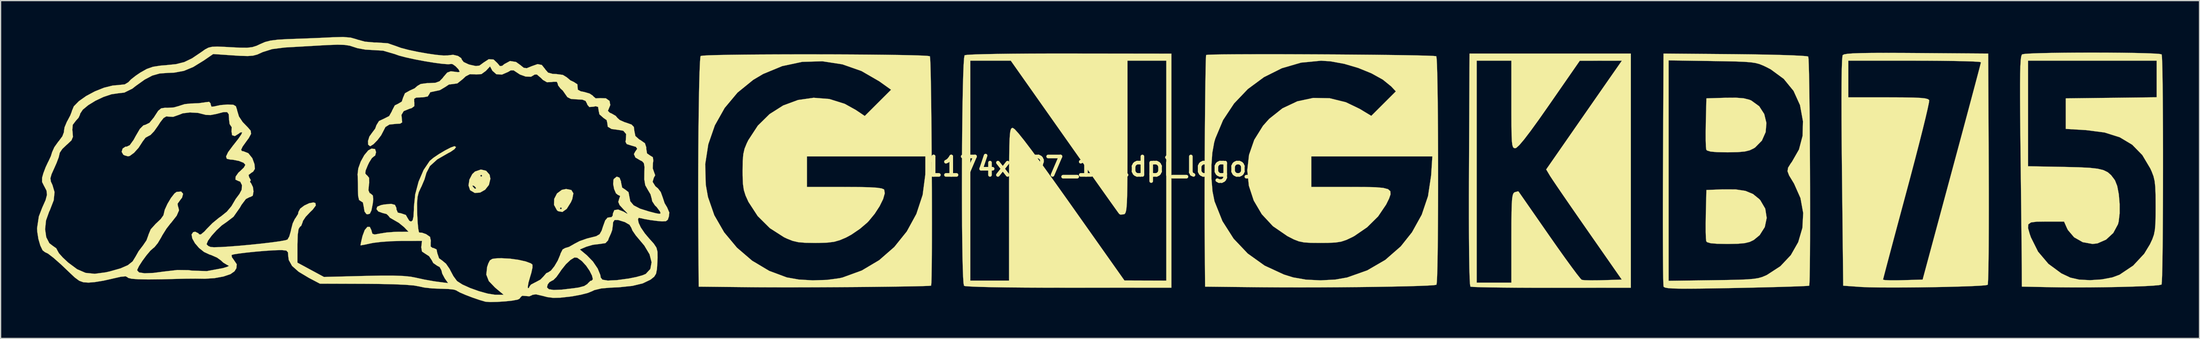
<source format=kicad_pcb>
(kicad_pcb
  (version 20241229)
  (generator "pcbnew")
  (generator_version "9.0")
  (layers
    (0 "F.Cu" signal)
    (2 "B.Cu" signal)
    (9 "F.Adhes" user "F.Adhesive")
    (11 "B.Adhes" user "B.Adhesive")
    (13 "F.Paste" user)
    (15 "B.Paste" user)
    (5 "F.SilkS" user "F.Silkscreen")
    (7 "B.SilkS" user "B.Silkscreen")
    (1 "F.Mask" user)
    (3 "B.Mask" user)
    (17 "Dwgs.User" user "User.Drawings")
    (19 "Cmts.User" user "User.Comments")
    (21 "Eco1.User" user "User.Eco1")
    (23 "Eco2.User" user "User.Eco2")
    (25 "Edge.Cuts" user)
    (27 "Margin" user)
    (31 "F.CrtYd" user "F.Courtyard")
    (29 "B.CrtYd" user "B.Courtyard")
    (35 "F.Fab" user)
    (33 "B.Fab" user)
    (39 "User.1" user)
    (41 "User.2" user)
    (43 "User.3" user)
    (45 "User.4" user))
  (footprint "1174x227_151dpi_logo_neg"
    (layer "F.Cu")
    (at 88.989 10.71)
    (property "Reference" "1174x227_151dpi_logo_neg" (at 0 0 0) (layer "F.SilkS") (effects (font (size 1.524 1.524) (thickness 0.3))))
    (attr through_hole)
    (fp_poly (pts (xy -44.972 1.937) (xy -44.805 2.209) (xy -44.896 2.683) (xy -45.005 2.938) (xy -45.354 3.496) (xy -45.714 3.75) (xy -46.063 3.687) (xy -46.162 3.604) (xy -46.247 3.448) (xy -45.922 3.448) (xy -45.838 3.532) (xy -45.754 3.448) (xy -45.838 3.364) (xy -45.922 3.448) (xy -46.247 3.448) (xy -46.402 3.162) (xy -46.385 2.668) (xy -46.155 2.22) (xy -45.754 1.92) (xy -45.402 1.85) (xy -44.972 1.937)) (stroke (width 0.01) (type solid)) (fill yes) (layer "F.SilkS"))
    (fp_poly (pts (xy 50.935 1.886) (xy 51.742 2.007) (xy 52.367 2.266) (xy 52.879 2.683) (xy 52.971 2.783) (xy 53.378 3.478) (xy 53.497 4.242) (xy 53.339 4.997) (xy 52.918 5.663) (xy 52.432 6.062) (xy 52.1 6.224) (xy 51.692 6.324) (xy 51.123 6.376) (xy 50.309 6.391) (xy 50.248 6.391) (xy 49.414 6.377) (xy 48.875 6.331) (xy 48.588 6.246) (xy 48.518 6.172) (xy 48.489 5.925) (xy 48.472 5.416) (xy 48.47 4.722) (xy 48.481 3.943) (xy 48.529 1.934) (xy 49.875 1.882) (xy 50.935 1.886)) (stroke (width 0.01) (type solid)) (fill yes) (layer "F.SilkS"))
    (fp_poly (pts (xy 51.596 -5.641) (xy 52.061 -5.526) (xy 52.23 -5.455) (xy 52.88 -4.982) (xy 53.295 -4.339) (xy 53.473 -3.601) (xy 53.41 -2.845) (xy 53.101 -2.146) (xy 52.543 -1.579) (xy 52.432 -1.507) (xy 52.1 -1.345) (xy 51.692 -1.245) (xy 51.123 -1.194) (xy 50.309 -1.178) (xy 50.248 -1.178) (xy 49.414 -1.192) (xy 48.875 -1.239) (xy 48.588 -1.324) (xy 48.518 -1.398) (xy 48.489 -1.645) (xy 48.472 -2.153) (xy 48.47 -2.848) (xy 48.481 -3.626) (xy 48.529 -5.635) (xy 50.088 -5.684) (xy 50.966 -5.69) (xy 51.596 -5.641)) (stroke (width 0.01) (type solid)) (fill yes) (layer "F.SilkS"))
    (fp_poly (pts (xy -51.994 0.345) (xy -51.707 0.672) (xy -51.641 1.005) (xy -51.763 1.516) (xy -52.075 1.913) (xy -52.491 2.149) (xy -52.93 2.178) (xy -53.307 1.954) (xy -53.317 1.941) (xy -53.442 1.562) (xy -53.128 1.562) (xy -53.087 1.656) (xy -52.918 1.837) (xy -52.82 1.8) (xy -52.819 1.776) (xy -52.938 1.634) (xy -53.013 1.582) (xy -53.128 1.562) (xy -53.442 1.562) (xy -53.444 1.557) (xy -53.37 1.07) (xy -53.206 0.757) (xy -52.482 0.757) (xy -52.398 0.841) (xy -52.314 0.757) (xy -52.398 0.673) (xy -52.482 0.757) (xy -53.206 0.757) (xy -53.133 0.619) (xy -52.911 0.41) (xy -52.425 0.243) (xy -51.994 0.345)) (stroke (width 0.01) (type solid)) (fill yes) (layer "F.SilkS"))
    (fp_poly (pts (xy -61.143 -1.452) (xy -61.061 -1.193) (xy -61.061 -1.189) (xy -61.133 -0.91) (xy -61.237 -0.841) (xy -61.405 -0.701) (xy -61.627 -0.346) (xy -61.733 -0.128) (xy -61.916 0.318) (xy -61.951 0.562) (xy -61.845 0.699) (xy -61.797 0.728) (xy -61.633 0.931) (xy -61.622 1.322) (xy -61.648 1.507) (xy -61.688 1.958) (xy -61.592 2.186) (xy -61.49 2.244) (xy -61.327 2.386) (xy -61.29 2.692) (xy -61.332 3.066) (xy -61.44 3.619) (xy -61.572 3.893) (xy -61.763 3.945) (xy -61.86 3.918) (xy -62.011 3.712) (xy -62.07 3.35) (xy -62.144 2.966) (xy -62.311 2.86) (xy -62.461 2.761) (xy -62.535 2.429) (xy -62.55 1.976) (xy -62.556 1.369) (xy -62.572 0.828) (xy -62.583 0.637) (xy -62.524 0.145) (xy -62.322 -0.416) (xy -62.031 -0.943) (xy -61.707 -1.334) (xy -61.439 -1.484) (xy -61.143 -1.452)) (stroke (width 0.01) (type solid)) (fill yes) (layer "F.SilkS"))
    (fp_poly (pts (xy 42.305 10.009) (xy 35.779 10.013) (xy 34.326 10.012) (xy 32.978 10.006) (xy 31.771 9.995) (xy 30.743 9.982) (xy 29.932 9.965) (xy 29.374 9.945) (xy 29.107 9.923) (xy 29.091 9.918) (xy 29.056 9.729) (xy 29.026 9.219) (xy 29.002 8.401) (xy 28.984 7.291) (xy 28.972 5.903) (xy 28.966 4.253) (xy 28.966 2.354) (xy 28.973 0.242) (xy 29.014 -8.747) (xy 29.605 -8.747) (xy 29.605 9.588) (xy 32.465 9.588) (xy 32.465 5.905) (xy 32.467 4.689) (xy 32.476 3.767) (xy 32.496 3.099) (xy 32.527 2.641) (xy 32.575 2.354) (xy 32.642 2.194) (xy 32.731 2.121) (xy 32.741 2.117) (xy 32.993 2.048) (xy 33.052 2.057) (xy 33.153 2.202) (xy 33.42 2.586) (xy 33.827 3.173) (xy 34.35 3.926) (xy 34.961 4.807) (xy 35.574 5.691) (xy 36.253 6.662) (xy 36.876 7.539) (xy 37.417 8.284) (xy 37.847 8.861) (xy 38.14 9.231) (xy 38.262 9.357) (xy 38.51 9.386) (xy 39.007 9.398) (xy 39.665 9.393) (xy 40.01 9.385) (xy 41.558 9.336) (xy 38.749 5.299) (xy 38.017 4.244) (xy 37.335 3.257) (xy 36.73 2.377) (xy 36.23 1.644) (xy 35.863 1.099) (xy 35.655 0.781) (xy 35.635 0.749) (xy 35.331 0.236) (xy 37.366 -2.7) (xy 38.058 -3.699) (xy 38.767 -4.72) (xy 39.44 -5.69) (xy 40.025 -6.533) (xy 40.472 -7.177) (xy 40.482 -7.191) (xy 41.565 -8.747) (xy 38.1 -8.742) (xy 35.599 -5.128) (xy 34.739 -3.898) (xy 34.046 -2.939) (xy 33.511 -2.236) (xy 33.122 -1.777) (xy 32.869 -1.548) (xy 32.782 -1.514) (xy 32.677 -1.531) (xy 32.599 -1.608) (xy 32.542 -1.789) (xy 32.504 -2.113) (xy 32.481 -2.624) (xy 32.47 -3.363) (xy 32.465 -4.371) (xy 32.465 -5.13) (xy 32.465 -8.747) (xy 29.605 -8.747) (xy 29.014 -8.747) (xy 29.017 -9.336) (xy 42.305 -9.336) (xy 42.305 10.009)) (stroke (width 0.01) (type solid)) (fill yes) (layer "F.SilkS"))
    (fp_poly (pts (xy 4.458 -9.329) (xy 4.458 10.004) (xy -4.003 10.006) (xy -5.914 10.004) (xy -7.629 9.995) (xy -9.126 9.981) (xy -10.385 9.961) (xy -11.385 9.936) (xy -12.104 9.907) (xy -12.523 9.874) (xy -12.624 9.849) (xy -12.665 9.644) (xy -12.699 9.142) (xy -12.729 8.378) (xy -12.753 7.39) (xy -12.771 6.216) (xy -12.785 4.892) (xy -12.793 3.455) (xy -12.797 1.942) (xy -12.795 0.391) (xy -12.789 -1.162) (xy -12.778 -2.679) (xy -12.762 -4.124) (xy -12.742 -5.459) (xy -12.718 -6.647) (xy -12.689 -7.651) (xy -12.657 -8.435) (xy -12.635 -8.747) (xy -12.111 -8.747) (xy -12.111 9.42) (xy -8.915 9.42) (xy -8.915 3.112) (xy -8.915 1.488) (xy -8.911 0.169) (xy -8.904 -0.876) (xy -8.892 -1.68) (xy -8.872 -2.274) (xy -8.844 -2.689) (xy -8.805 -2.957) (xy -8.755 -3.11) (xy -8.692 -3.179) (xy -8.614 -3.196) (xy -8.608 -3.196) (xy -8.447 -3.083) (xy -8.136 -2.739) (xy -7.668 -2.155) (xy -7.04 -1.325) (xy -6.243 -0.239) (xy -5.273 1.109) (xy -4.124 2.727) (xy -3.856 3.106) (xy 0.589 9.408) (xy 4.037 9.42) (xy 4.037 -8.747) (xy 0.841 -8.747) (xy 0.841 -2.457) (xy 0.84 -0.828) (xy 0.836 0.497) (xy 0.827 1.549) (xy 0.813 2.361) (xy 0.791 2.963) (xy 0.761 3.388) (xy 0.72 3.667) (xy 0.668 3.833) (xy 0.604 3.917) (xy 0.561 3.94) (xy 0.263 3.969) (xy 0.161 3.916) (xy 0.042 3.756) (xy -0.25 3.348) (xy -0.696 2.721) (xy -1.275 1.903) (xy -1.969 0.921) (xy -2.756 -0.194) (xy -3.618 -1.417) (xy -4.366 -2.481) (xy -8.774 -8.747) (xy -12.111 -8.747) (xy -12.635 -8.747) (xy -12.62 -8.96) (xy -12.579 -9.191) (xy -12.574 -9.197) (xy -12.364 -9.229) (xy -11.845 -9.259) (xy -11.045 -9.284) (xy -9.991 -9.305) (xy -8.71 -9.322) (xy -7.231 -9.334) (xy -5.58 -9.34) (xy -3.953 -9.34) (xy 4.458 -9.329)) (stroke (width 0.01) (type solid)) (fill yes) (layer "F.SilkS"))
    (fp_poly (pts (xy 64.778 -9.387) (xy 65.835 -9.38) (xy 71.742 -9.336) (xy 71.786 0.158) (xy 71.792 1.915) (xy 71.793 3.57) (xy 71.79 5.094) (xy 71.783 6.455) (xy 71.772 7.624) (xy 71.757 8.569) (xy 71.739 9.261) (xy 71.718 9.669) (xy 71.702 9.769) (xy 71.499 9.808) (xy 71.01 9.845) (xy 70.284 9.88) (xy 69.371 9.911) (xy 68.321 9.939) (xy 67.184 9.961) (xy 66.01 9.978) (xy 64.848 9.988) (xy 63.748 9.991) (xy 62.761 9.986) (xy 61.936 9.972) (xy 61.322 9.948) (xy 61.229 9.942) (xy 59.799 9.84) (xy 59.696 0.421) (xy 59.674 -1.884) (xy 59.661 -3.883) (xy 59.658 -5.572) (xy 59.664 -6.946) (xy 59.679 -8.001) (xy 59.704 -8.732) (xy 59.705 -8.747) (xy 60.22 -8.747) (xy 60.22 -5.719) (xy 63.505 -5.719) (xy 64.67 -5.715) (xy 65.539 -5.701) (xy 66.154 -5.674) (xy 66.555 -5.632) (xy 66.783 -5.57) (xy 66.879 -5.487) (xy 66.883 -5.48) (xy 66.859 -5.272) (xy 66.755 -4.774) (xy 66.58 -4.019) (xy 66.341 -3.041) (xy 66.046 -1.875) (xy 65.705 -0.554) (xy 65.326 0.887) (xy 65.027 2.006) (xy 64.624 3.509) (xy 64.248 4.911) (xy 63.91 6.178) (xy 63.618 7.277) (xy 63.38 8.176) (xy 63.206 8.841) (xy 63.103 9.239) (xy 63.079 9.342) (xy 63.235 9.376) (xy 63.655 9.394) (xy 64.267 9.394) (xy 64.71 9.384) (xy 66.341 9.336) (xy 68.74 0.421) (xy 69.19 -1.252) (xy 69.613 -2.827) (xy 70 -4.274) (xy 70.344 -5.564) (xy 70.637 -6.666) (xy 70.871 -7.551) (xy 71.039 -8.189) (xy 71.131 -8.55) (xy 71.147 -8.621) (xy 70.987 -8.651) (xy 70.53 -8.679) (xy 69.816 -8.703) (xy 68.883 -8.723) (xy 67.772 -8.737) (xy 66.521 -8.746) (xy 65.687 -8.747) (xy 60.22 -8.747) (xy 59.705 -8.747) (xy 59.738 -9.133) (xy 59.76 -9.212) (xy 59.879 -9.27) (xy 60.151 -9.316) (xy 60.604 -9.351) (xy 61.265 -9.374) (xy 62.163 -9.388) (xy 63.325 -9.392) (xy 64.778 -9.387)) (stroke (width 0.01) (type solid)) (fill yes) (layer "F.SilkS"))
    (fp_poly (pts (xy 50.884 -9.286) (xy 52.261 -9.27) (xy 53.532 -9.248) (xy 54.658 -9.22) (xy 55.599 -9.189) (xy 56.316 -9.154) (xy 56.769 -9.119) (xy 56.918 -9.088) (xy 56.941 -8.903) (xy 56.962 -8.418) (xy 56.982 -7.671) (xy 57 -6.699) (xy 57.017 -5.538) (xy 57.031 -4.227) (xy 57.044 -2.801) (xy 57.054 -1.298) (xy 57.062 0.246) (xy 57.067 1.792) (xy 57.07 3.305) (xy 57.069 4.746) (xy 57.066 6.08) (xy 57.06 7.268) (xy 57.05 8.275) (xy 57.037 9.062) (xy 57.02 9.594) (xy 57 9.832) (xy 56.996 9.841) (xy 56.818 9.859) (xy 56.342 9.883) (xy 55.607 9.91) (xy 54.651 9.94) (xy 53.513 9.97) (xy 52.231 10.001) (xy 51.009 10.027) (xy 49.412 10.057) (xy 48.12 10.077) (xy 47.102 10.086) (xy 46.326 10.083) (xy 45.762 10.069) (xy 45.378 10.041) (xy 45.143 10) (xy 45.025 9.945) (xy 45 9.909) (xy 44.984 9.701) (xy 44.977 9.438) (xy 45.417 9.438) (xy 49.076 9.387) (xy 50.289 9.368) (xy 51.217 9.346) (xy 51.911 9.316) (xy 52.424 9.273) (xy 52.806 9.212) (xy 53.108 9.127) (xy 53.383 9.014) (xy 53.524 8.947) (xy 54.622 8.232) (xy 55.483 7.316) (xy 56.092 6.245) (xy 56.437 5.07) (xy 56.503 3.839) (xy 56.278 2.6) (xy 55.747 1.402) (xy 55.656 1.253) (xy 55.343 0.736) (xy 55.211 0.388) (xy 55.255 0.096) (xy 55.468 -0.249) (xy 55.572 -0.39) (xy 56.156 -1.411) (xy 56.453 -2.54) (xy 56.484 -3.741) (xy 56.241 -5.076) (xy 55.708 -6.252) (xy 54.9 -7.244) (xy 53.831 -8.03) (xy 53.518 -8.195) (xy 53.193 -8.35) (xy 52.898 -8.468) (xy 52.581 -8.553) (xy 52.186 -8.613) (xy 51.662 -8.653) (xy 50.953 -8.681) (xy 50.006 -8.701) (xy 48.992 -8.717) (xy 45.417 -8.771) (xy 45.417 9.438) (xy 44.977 9.438) (xy 44.97 9.188) (xy 44.959 8.4) (xy 44.951 7.368) (xy 44.946 6.125) (xy 44.943 4.699) (xy 44.944 3.123) (xy 44.948 1.427) (xy 44.953 0.168) (xy 44.997 -9.336) (xy 50.884 -9.286)) (stroke (width 0.01) (type solid)) (fill yes) (layer "F.SilkS"))
    (fp_poly (pts (xy 81.577 -9.412) (xy 82.726 -9.402) (xy 83.777 -9.387) (xy 84.68 -9.365) (xy 85.389 -9.338) (xy 85.856 -9.304) (xy 86.031 -9.266) (xy 86.056 -9.063) (xy 86.077 -8.562) (xy 86.096 -7.801) (xy 86.111 -6.816) (xy 86.124 -5.645) (xy 86.133 -4.324) (xy 86.14 -2.891) (xy 86.144 -1.382) (xy 86.144 0.166) (xy 86.142 1.716) (xy 86.137 3.23) (xy 86.129 4.672) (xy 86.119 6.006) (xy 86.105 7.192) (xy 86.089 8.196) (xy 86.07 8.98) (xy 86.048 9.507) (xy 86.023 9.74) (xy 86.02 9.747) (xy 85.806 9.795) (xy 85.304 9.839) (xy 84.561 9.88) (xy 83.624 9.915) (xy 82.542 9.944) (xy 81.362 9.966) (xy 80.131 9.979) (xy 78.897 9.983) (xy 77.709 9.976) (xy 76.915 9.964) (xy 74.518 9.915) (xy 74.513 8.616) (xy 74.51 8.186) (xy 74.503 7.459) (xy 74.493 6.474) (xy 74.48 5.27) (xy 74.465 3.888) (xy 74.448 2.366) (xy 74.43 0.744) (xy 74.41 -0.904) (xy 74.389 -2.825) (xy 74.374 -4.436) (xy 74.367 -5.763) (xy 74.367 -6.831) (xy 74.375 -7.667) (xy 74.392 -8.297) (xy 74.418 -8.747) (xy 74.418 -8.747) (xy 75.023 -8.747) (xy 75.023 -0.027) (xy 78.008 0.028) (xy 79.191 0.057) (xy 80.089 0.101) (xy 80.755 0.175) (xy 81.239 0.293) (xy 81.594 0.468) (xy 81.872 0.715) (xy 82.124 1.047) (xy 82.19 1.145) (xy 82.373 1.609) (xy 82.502 2.293) (xy 82.569 3.085) (xy 82.569 3.873) (xy 82.491 4.543) (xy 82.434 4.764) (xy 82.046 5.485) (xy 81.454 6.033) (xy 80.743 6.345) (xy 80.34 6.392) (xy 79.529 6.245) (xy 78.82 5.842) (xy 78.309 5.242) (xy 78.23 5.085) (xy 77.99 4.542) (xy 76.506 4.542) (xy 75.741 4.552) (xy 75.269 4.613) (xy 75.045 4.773) (xy 75.024 5.076) (xy 75.164 5.57) (xy 75.262 5.85) (xy 75.85 7.028) (xy 76.702 8.036) (xy 77.767 8.822) (xy 78.508 9.173) (xy 79.232 9.337) (xy 80.138 9.384) (xy 81.094 9.32) (xy 81.972 9.154) (xy 82.558 8.937) (xy 83.687 8.179) (xy 84.594 7.202) (xy 85.068 6.419) (xy 85.262 6.003) (xy 85.393 5.634) (xy 85.474 5.229) (xy 85.517 4.71) (xy 85.533 3.996) (xy 85.536 3.28) (xy 85.53 2.357) (xy 85.507 1.69) (xy 85.453 1.197) (xy 85.359 0.797) (xy 85.211 0.41) (xy 85.095 0.154) (xy 84.439 -0.95) (xy 83.609 -1.802) (xy 82.58 -2.419) (xy 81.325 -2.816) (xy 79.836 -3.008) (xy 78.134 -3.112) (xy 78.134 -5.635) (xy 85.62 -5.726) (xy 85.62 -8.747) (xy 75.023 -8.747) (xy 74.418 -8.747) (xy 74.452 -9.042) (xy 74.497 -9.21) (xy 74.541 -9.27) (xy 74.765 -9.309) (xy 75.272 -9.342) (xy 76.013 -9.368) (xy 76.942 -9.389) (xy 78.011 -9.404) (xy 79.171 -9.413) (xy 80.376 -9.415) (xy 81.577 -9.412)) (stroke (width 0.01) (type solid)) (fill yes) (layer "F.SilkS"))
    (fp_poly (pts (xy 13.583 -9.281) (xy 15.085 -9.276) (xy 16.628 -9.269) (xy 18.175 -9.26) (xy 19.689 -9.248) (xy 21.133 -9.235) (xy 22.471 -9.219) (xy 23.665 -9.202) (xy 24.678 -9.183) (xy 25.474 -9.163) (xy 26.015 -9.141) (xy 26.265 -9.119) (xy 26.277 -9.115) (xy 26.307 -8.921) (xy 26.334 -8.429) (xy 26.357 -7.675) (xy 26.377 -6.696) (xy 26.394 -5.53) (xy 26.408 -4.214) (xy 26.418 -2.785) (xy 26.424 -1.28) (xy 26.427 0.264) (xy 26.427 1.809) (xy 26.423 3.318) (xy 26.415 4.755) (xy 26.404 6.081) (xy 26.389 7.26) (xy 26.371 8.254) (xy 26.349 9.027) (xy 26.323 9.54) (xy 26.294 9.758) (xy 26.291 9.762) (xy 26.091 9.796) (xy 25.59 9.829) (xy 24.825 9.86) (xy 23.833 9.889) (xy 22.649 9.914) (xy 21.31 9.937) (xy 19.852 9.955) (xy 18.311 9.969) (xy 16.723 9.978) (xy 15.126 9.981) (xy 13.554 9.979) (xy 12.045 9.97) (xy 11.396 9.964) (xy 7.233 9.919) (xy 7.199 5.842) (xy 7.193 4.797) (xy 7.19 3.59) (xy 7.191 2.261) (xy 7.194 0.849) (xy 7.198 -0.079) (xy 7.753 -0.079) (xy 7.759 1.023) (xy 7.845 2.051) (xy 8.009 2.871) (xy 8.662 4.51) (xy 9.582 5.956) (xy 10.747 7.186) (xy 12.134 8.18) (xy 13.721 8.916) (xy 14.485 9.154) (xy 15.535 9.339) (xy 16.742 9.399) (xy 17.95 9.334) (xy 18.931 9.162) (xy 20.593 8.572) (xy 22.076 7.709) (xy 23.353 6.592) (xy 24.276 5.428) (xy 25.08 3.975) (xy 25.596 2.444) (xy 25.85 0.756) (xy 25.859 0.639) (xy 25.954 -0.841) (xy 15.98 -0.841) (xy 15.98 1.682) (xy 19.165 1.682) (xy 20.372 1.686) (xy 21.275 1.706) (xy 21.908 1.761) (xy 22.303 1.866) (xy 22.493 2.036) (xy 22.511 2.289) (xy 22.39 2.64) (xy 22.162 3.105) (xy 22.142 3.144) (xy 21.485 4.118) (xy 20.583 5.011) (xy 19.527 5.737) (xy 19.344 5.834) (xy 18.875 6.057) (xy 18.456 6.197) (xy 17.983 6.273) (xy 17.353 6.303) (xy 16.737 6.308) (xy 15.948 6.301) (xy 15.39 6.265) (xy 14.958 6.178) (xy 14.546 6.018) (xy 14.049 5.763) (xy 13.992 5.731) (xy 12.822 4.925) (xy 11.902 3.935) (xy 11.239 2.806) (xy 10.838 1.583) (xy 10.707 0.31) (xy 10.853 -0.97) (xy 11.282 -2.21) (xy 12.002 -3.368) (xy 12.509 -3.939) (xy 13.606 -4.812) (xy 14.831 -5.391) (xy 16.139 -5.671) (xy 17.487 -5.647) (xy 18.83 -5.315) (xy 19.959 -4.771) (xy 20.924 -4.19) (xy 21.935 -5.201) (xy 22.946 -6.212) (xy 22.556 -6.628) (xy 21.873 -7.183) (xy 20.942 -7.7) (xy 19.851 -8.146) (xy 18.688 -8.489) (xy 17.541 -8.697) (xy 16.787 -8.745) (xy 15.137 -8.586) (xy 13.555 -8.124) (xy 12.082 -7.387) (xy 10.757 -6.408) (xy 9.621 -5.215) (xy 8.713 -3.841) (xy 8.074 -2.315) (xy 7.982 -1.996) (xy 7.827 -1.128) (xy 7.753 -0.079) (xy 7.198 -0.079) (xy 7.201 -0.606) (xy 7.209 -2.066) (xy 7.22 -3.491) (xy 7.232 -4.842) (xy 7.246 -6.081) (xy 7.261 -7.167) (xy 7.276 -8.062) (xy 7.292 -8.727) (xy 7.308 -9.123) (xy 7.32 -9.218) (xy 7.501 -9.239) (xy 7.981 -9.255) (xy 8.724 -9.267) (xy 9.693 -9.275) (xy 10.85 -9.28) (xy 12.159 -9.282) (xy 13.583 -9.281)) (stroke (width 0.01) (type solid)) (fill yes) (layer "F.SilkS"))
    (fp_poly (pts (xy -23.402 -9.267) (xy -21.892 -9.26) (xy -20.454 -9.249) (xy -19.127 -9.235) (xy -17.947 -9.218) (xy -16.951 -9.197) (xy -16.177 -9.174) (xy -15.661 -9.146) (xy -15.442 -9.116) (xy -15.438 -9.113) (xy -15.415 -8.928) (xy -15.393 -8.444) (xy -15.372 -7.697) (xy -15.353 -6.726) (xy -15.335 -5.566) (xy -15.319 -4.255) (xy -15.305 -2.83) (xy -15.293 -1.327) (xy -15.283 0.216) (xy -15.276 1.762) (xy -15.272 3.275) (xy -15.27 4.718) (xy -15.272 6.053) (xy -15.277 7.244) (xy -15.285 8.254) (xy -15.297 9.045) (xy -15.313 9.581) (xy -15.333 9.825) (xy -15.338 9.835) (xy -15.521 9.854) (xy -16.001 9.872) (xy -16.739 9.89) (xy -17.695 9.907) (xy -18.83 9.923) (xy -20.105 9.938) (xy -21.479 9.951) (xy -22.915 9.961) (xy -24.371 9.969) (xy -25.81 9.974) (xy -27.192 9.976) (xy -28.476 9.974) (xy -29.625 9.969) (xy -30.236 9.964) (xy -34.483 9.919) (xy -34.513 5.674) (xy -34.522 3.928) (xy -34.525 2.165) (xy -34.522 0.419) (xy -34.519 -0.197) (xy -33.946 -0.197) (xy -33.9 1.491) (xy -33.72 2.508) (xy -33.197 4.02) (xy -32.386 5.432) (xy -31.332 6.699) (xy -30.079 7.776) (xy -28.673 8.616) (xy -27.231 9.154) (xy -26.25 9.329) (xy -25.098 9.398) (xy -23.922 9.361) (xy -22.871 9.218) (xy -22.631 9.162) (xy -21.045 8.583) (xy -19.615 7.731) (xy -18.371 6.644) (xy -17.34 5.359) (xy -16.551 3.912) (xy -16.034 2.341) (xy -15.817 0.681) (xy -15.812 0.385) (xy -15.812 -0.841) (xy -25.568 -0.841) (xy -25.568 1.682) (xy -22.477 1.682) (xy -21.299 1.688) (xy -20.42 1.709) (xy -19.806 1.746) (xy -19.42 1.803) (xy -19.225 1.881) (xy -19.204 1.901) (xy -19.153 2.204) (xy -19.29 2.687) (xy -19.581 3.278) (xy -19.988 3.905) (xy -20.475 4.499) (xy -20.604 4.633) (xy -21.204 5.145) (xy -21.91 5.626) (xy -22.339 5.859) (xy -22.858 6.08) (xy -23.336 6.215) (xy -23.887 6.284) (xy -24.626 6.307) (xy -24.895 6.308) (xy -25.696 6.296) (xy -26.274 6.247) (xy -26.741 6.139) (xy -27.211 5.952) (xy -27.459 5.834) (xy -28.623 5.085) (xy -29.623 4.09) (xy -30.378 2.929) (xy -30.393 2.9) (xy -30.623 2.391) (xy -30.765 1.936) (xy -30.838 1.424) (xy -30.865 0.74) (xy -30.867 0.336) (xy -30.856 -0.458) (xy -30.808 -1.027) (xy -30.705 -1.479) (xy -30.523 -1.924) (xy -30.393 -2.187) (xy -29.615 -3.378) (xy -28.644 -4.336) (xy -27.524 -5.048) (xy -26.301 -5.501) (xy -25.018 -5.684) (xy -23.722 -5.583) (xy -22.456 -5.185) (xy -21.546 -4.68) (xy -20.803 -4.179) (xy -19.719 -5.263) (xy -18.635 -6.347) (xy -19.6 -7.039) (xy -21.071 -7.892) (xy -22.65 -8.446) (xy -24.295 -8.698) (xy -25.96 -8.65) (xy -27.602 -8.3) (xy -29.176 -7.648) (xy -29.989 -7.166) (xy -31.284 -6.112) (xy -32.343 -4.844) (xy -33.151 -3.407) (xy -33.691 -1.844) (xy -33.946 -0.197) (xy -34.519 -0.197) (xy -34.514 -1.278) (xy -34.501 -2.892) (xy -34.483 -4.391) (xy -34.462 -5.742) (xy -34.438 -6.913) (xy -34.41 -7.87) (xy -34.379 -8.582) (xy -34.347 -9.014) (xy -34.321 -9.135) (xy -34.129 -9.165) (xy -33.638 -9.192) (xy -32.885 -9.214) (xy -31.907 -9.233) (xy -30.741 -9.248) (xy -29.425 -9.259) (xy -27.996 -9.266) (xy -26.491 -9.27) (xy -24.947 -9.27) (xy -23.402 -9.267)) (stroke (width 0.01) (type solid)) (fill yes) (layer "F.SilkS"))
    (fp_poly (pts (xy -63.155 -10.654) (xy -62.672 -10.519) (xy -62.606 -10.492) (xy -61.974 -10.319) (xy -61.202 -10.251) (xy -61.034 -10.253) (xy -60.09 -10.185) (xy -59.436 -9.959) (xy -59.018 -9.806) (xy -58.393 -9.641) (xy -57.644 -9.481) (xy -56.858 -9.34) (xy -56.121 -9.233) (xy -55.517 -9.175) (xy -55.131 -9.181) (xy -55.078 -9.195) (xy -54.705 -9.234) (xy -54.314 -9.139) (xy -54.043 -8.956) (xy -53.996 -8.834) (xy -53.844 -8.635) (xy -53.445 -8.448) (xy -53.304 -8.406) (xy -52.838 -8.306) (xy -52.541 -8.344) (xy -52.267 -8.544) (xy -52.242 -8.567) (xy -51.78 -8.869) (xy -51.378 -8.843) (xy -51.067 -8.548) (xy -50.858 -8.3) (xy -50.677 -8.316) (xy -50.497 -8.464) (xy -50.022 -8.721) (xy -49.53 -8.641) (xy -49.177 -8.387) (xy -48.893 -8.157) (xy -48.648 -8.126) (xy -48.278 -8.276) (xy -48.255 -8.287) (xy -47.752 -8.465) (xy -47.407 -8.394) (xy -47.133 -8.053) (xy -47.115 -8.019) (xy -46.89 -7.761) (xy -46.511 -7.657) (xy -46.234 -7.646) (xy -45.673 -7.573) (xy -45.358 -7.38) (xy -45.046 -7.118) (xy -44.77 -6.989) (xy -44.475 -6.795) (xy -44.456 -6.562) (xy -44.44 -6.349) (xy -44.201 -6.22) (xy -43.901 -6.159) (xy -43.466 -6.032) (xy -43.195 -5.849) (xy -43.171 -5.807) (xy -42.965 -5.635) (xy -42.597 -5.653) (xy -42.126 -5.638) (xy -41.828 -5.425) (xy -41.765 -5.084) (xy -41.856 -4.862) (xy -41.962 -4.604) (xy -41.811 -4.448) (xy -41.653 -4.381) (xy -41.319 -4.189) (xy -41.178 -4.018) (xy -40.984 -3.845) (xy -40.588 -3.668) (xy -40.445 -3.624) (xy -40.015 -3.471) (xy -39.825 -3.275) (xy -39.782 -2.939) (xy -39.782 -2.938) (xy -39.698 -2.526) (xy -39.387 -2.244) (xy -39.277 -2.186) (xy -38.912 -1.927) (xy -38.801 -1.591) (xy -38.803 -1.478) (xy -38.738 -1.088) (xy -38.491 -0.916) (xy -38.258 -0.773) (xy -38.22 -0.487) (xy -38.251 -0.295) (xy -38.267 0.15) (xy -38.164 0.445) (xy -38.066 0.718) (xy -38.178 0.918) (xy -38.28 1.258) (xy -38.049 1.628) (xy -37.838 1.802) (xy -37.607 2.106) (xy -37.447 2.548) (xy -37.291 3.023) (xy -37.081 3.375) (xy -36.902 3.801) (xy -36.937 4.12) (xy -37.026 4.388) (xy -37.181 4.511) (xy -37.499 4.528) (xy -37.913 4.491) (xy -38.496 4.415) (xy -38.995 4.324) (xy -39.16 4.282) (xy -39.424 4.229) (xy -39.486 4.359) (xy -39.43 4.646) (xy -39.254 5.026) (xy -38.917 5.521) (xy -38.573 5.93) (xy -38.18 6.368) (xy -37.963 6.696) (xy -37.874 7.043) (xy -37.869 7.536) (xy -37.882 7.859) (xy -37.921 8.473) (xy -37.996 8.852) (xy -38.148 9.098) (xy -38.417 9.314) (xy -38.474 9.352) (xy -39.096 9.651) (xy -39.948 9.856) (xy -41.07 9.973) (xy -41.74 10.001) (xy -42.505 10.066) (xy -43.079 10.205) (xy -43.259 10.293) (xy -43.61 10.437) (xy -44.187 10.586) (xy -44.882 10.715) (xy -45.085 10.743) (xy -45.88 10.831) (xy -46.463 10.845) (xy -46.951 10.782) (xy -47.305 10.689) (xy -47.887 10.555) (xy -48.183 10.594) (xy -48.207 10.62) (xy -48.432 10.716) (xy -48.716 10.692) (xy -49.017 10.671) (xy -49.118 10.751) (xy -49.256 10.926) (xy -49.412 10.994) (xy -49.836 11.073) (xy -50.435 11.137) (xy -51.085 11.178) (xy -51.662 11.19) (xy -52.041 11.163) (xy -52.062 11.159) (xy -52.557 11.014) (xy -53.135 10.814) (xy -53.7 10.597) (xy -54.157 10.399) (xy -54.411 10.258) (xy -54.432 10.237) (xy -54.632 10.166) (xy -55.076 10.115) (xy -55.672 10.093) (xy -55.731 10.093) (xy -56.434 10.065) (xy -57.089 9.992) (xy -57.53 9.897) (xy -57.931 9.824) (xy -58.643 9.765) (xy -59.639 9.722) (xy -60.893 9.695) (xy -61.902 9.686) (xy -65.687 9.672) (xy -66.591 9.196) (xy -67.438 8.688) (xy -67.981 8.206) (xy -68.251 7.719) (xy -68.294 7.409) (xy -68.317 7.088) (xy -68.449 6.941) (xy -68.784 6.902) (xy -69.009 6.901) (xy -69.555 6.92) (xy -70.241 6.966) (xy -70.987 7.03) (xy -71.712 7.104) (xy -72.337 7.181) (xy -72.782 7.251) (xy -72.963 7.305) (xy -72.938 7.483) (xy -72.779 7.708) (xy -72.534 8.071) (xy -72.567 8.401) (xy -72.724 8.653) (xy -73.058 8.888) (xy -73.636 9.083) (xy -74.367 9.216) (xy -75.157 9.266) (xy -75.359 9.263) (xy -75.936 9.255) (xy -76.674 9.26) (xy -77.293 9.274) (xy -78.724 9.312) (xy -79.838 9.324) (xy -80.656 9.308) (xy -81.197 9.266) (xy -81.481 9.195) (xy -81.535 9.144) (xy -81.688 9.066) (xy -82.082 9.101) (xy -82.753 9.253) (xy -82.81 9.268) (xy -83.527 9.428) (xy -84.227 9.542) (xy -84.742 9.585) (xy -85.167 9.558) (xy -85.511 9.434) (xy -85.884 9.158) (xy -86.275 8.789) (xy -87.024 8.074) (xy -87.638 7.532) (xy -88.087 7.187) (xy -88.34 7.065) (xy -88.341 7.065) (xy -88.532 6.913) (xy -88.72 6.519) (xy -88.877 5.977) (xy -88.97 5.381) (xy -88.98 5.178) (xy -88.323 5.178) (xy -88.229 5.833) (xy -87.975 6.329) (xy -87.708 6.536) (xy -87.404 6.75) (xy -87.302 6.945) (xy -87.182 7.16) (xy -86.868 7.512) (xy -86.426 7.925) (xy -86.412 7.937) (xy -85.685 8.479) (xy -84.993 8.779) (xy -84.237 8.857) (xy -83.32 8.734) (xy -82.987 8.657) (xy -82.111 8.409) (xy -81.508 8.146) (xy -81.115 7.833) (xy -80.871 7.434) (xy -80.618 6.986) (xy -80.275 6.536) (xy -80.267 6.528) (xy -79.971 6.092) (xy -79.81 5.649) (xy -79.807 5.624) (xy -79.622 5.182) (xy -79.203 4.716) (xy -79.156 4.676) (xy -78.795 4.33) (xy -78.581 4.03) (xy -78.555 3.939) (xy -78.467 3.566) (xy -78.245 3.08) (xy -77.957 2.595) (xy -77.668 2.224) (xy -77.487 2.089) (xy -77.114 2.064) (xy -76.955 2.249) (xy -77.043 2.57) (xy -77.177 2.741) (xy -77.413 3.072) (xy -77.376 3.298) (xy -77.361 3.314) (xy -77.29 3.61) (xy -77.486 4.061) (xy -77.937 4.637) (xy -77.996 4.7) (xy -78.325 5.125) (xy -78.666 5.671) (xy -78.766 5.859) (xy -79.042 6.324) (xy -79.318 6.662) (xy -79.42 6.741) (xy -79.656 6.952) (xy -79.978 7.335) (xy -80.313 7.791) (xy -80.589 8.22) (xy -80.734 8.523) (xy -80.742 8.569) (xy -80.585 8.742) (xy -80.13 8.814) (xy -79.399 8.784) (xy -78.552 8.673) (xy -77.431 8.543) (xy -76.515 8.555) (xy -76.2 8.596) (xy -75.003 8.635) (xy -73.676 8.388) (xy -73.34 8.286) (xy -73.172 8.204) (xy -73.33 8.122) (xy -73.34 8.118) (xy -73.654 7.927) (xy -73.845 7.746) (xy -74.165 7.517) (xy -74.646 7.306) (xy -74.781 7.264) (xy -75.233 7.053) (xy -75.646 6.721) (xy -75.98 6.331) (xy -76.197 5.942) (xy -76.259 5.617) (xy -76.129 5.417) (xy -75.952 5.383) (xy -75.69 5.514) (xy -75.643 5.593) (xy -75.499 5.612) (xy -75.208 5.37) (xy -75.019 5.161) (xy -74.538 4.671) (xy -73.993 4.223) (xy -73.828 4.11) (xy -73.354 3.726) (xy -72.974 3.273) (xy -72.905 3.155) (xy -72.624 2.676) (xy -72.326 2.276) (xy -72.317 2.266) (xy -72.128 1.908) (xy -72.108 1.529) (xy -72.247 1.249) (xy -72.435 1.177) (xy -72.643 1.075) (xy -72.625 0.824) (xy -72.401 0.503) (xy -72.247 0.366) (xy -71.953 0.083) (xy -71.827 -0.143) (xy -71.826 -0.147) (xy -71.976 -0.314) (xy -72.353 -0.465) (xy -72.848 -0.563) (xy -73.073 -0.579) (xy -73.356 -0.644) (xy -73.417 -0.836) (xy -73.25 -1.189) (xy -72.847 -1.733) (xy -72.758 -1.843) (xy -72.399 -2.304) (xy -72.158 -2.659) (xy -72.085 -2.836) (xy -72.087 -2.84) (xy -72.255 -2.812) (xy -72.368 -2.722) (xy -72.692 -2.521) (xy -72.919 -2.592) (xy -72.969 -2.908) (xy -72.963 -2.944) (xy -72.951 -3.256) (xy -73.027 -3.364) (xy -73.123 -3.512) (xy -73.171 -3.876) (xy -73.172 -3.953) (xy -73.199 -4.325) (xy -73.327 -4.499) (xy -73.626 -4.5) (xy -74.168 -4.358) (xy -74.191 -4.351) (xy -74.682 -4.256) (xy -75.081 -4.267) (xy -75.136 -4.284) (xy -75.728 -4.433) (xy -76.392 -4.471) (xy -76.984 -4.399) (xy -77.288 -4.278) (xy -77.778 -4.107) (xy -78.085 -4.124) (xy -78.341 -4.143) (xy -78.564 -4.012) (xy -78.829 -3.674) (xy -79.021 -3.375) (xy -79.345 -2.918) (xy -79.64 -2.609) (xy -79.805 -2.523) (xy -80.051 -2.387) (xy -80.302 -2.055) (xy -80.319 -2.023) (xy -80.627 -1.548) (xy -80.997 -1.138) (xy -81.341 -0.885) (xy -81.488 -0.844) (xy -81.784 -0.929) (xy -81.883 -0.983) (xy -82.017 -1.219) (xy -81.936 -1.49) (xy -81.704 -1.644) (xy -81.606 -1.643) (xy -81.351 -1.764) (xy -81.034 -2.204) (xy -80.861 -2.523) (xy -80.519 -3.109) (xy -80.226 -3.403) (xy -80.056 -3.453) (xy -79.728 -3.614) (xy -79.36 -4.064) (xy -79.292 -4.174) (xy -79.009 -4.606) (xy -78.762 -4.81) (xy -78.44 -4.861) (xy -78.247 -4.855) (xy -77.721 -4.886) (xy -77.275 -5.011) (xy -77.25 -5.024) (xy -76.822 -5.159) (xy -76.289 -5.214) (xy -76.241 -5.213) (xy -75.677 -5.234) (xy -75.171 -5.305) (xy -75.149 -5.31) (xy -74.81 -5.35) (xy -74.691 -5.217) (xy -74.686 -5.139) (xy -74.617 -4.946) (xy -74.356 -4.972) (xy -74.308 -4.988) (xy -73.888 -5.078) (xy -73.347 -5.124) (xy -73.256 -5.126) (xy -72.818 -5.105) (xy -72.607 -4.984) (xy -72.512 -4.691) (xy -72.499 -4.618) (xy -72.354 -4.136) (xy -72.048 -3.676) (xy -71.616 -3.231) (xy -71.385 -2.959) (xy -71.359 -2.7) (xy -71.549 -2.349) (xy -71.719 -2.119) (xy -72.053 -1.652) (xy -72.177 -1.388) (xy -72.105 -1.276) (xy -71.983 -1.262) (xy -71.585 -1.106) (xy -71.254 -0.693) (xy -71.079 -0.212) (xy -71.04 0.188) (xy -71.187 0.421) (xy -71.322 0.505) (xy -71.562 0.691) (xy -71.514 0.893) (xy -71.48 0.937) (xy -71.376 1.133) (xy -71.419 1.177) (xy -71.443 1.27) (xy -71.355 1.379) (xy -71.205 1.689) (xy -71.154 2.052) (xy -71.217 2.408) (xy -71.442 2.522) (xy -71.479 2.523) (xy -71.785 2.681) (xy -72.143 3.158) (xy -72.278 3.394) (xy -72.803 4.145) (xy -73.379 4.586) (xy -73.763 4.853) (xy -74.197 5.257) (xy -74.604 5.709) (xy -74.905 6.124) (xy -75.023 6.414) (xy -74.884 6.558) (xy -74.69 6.643) (xy -74.41 6.664) (xy -73.872 6.649) (xy -73.143 6.604) (xy -72.29 6.537) (xy -71.381 6.453) (xy -70.484 6.36) (xy -69.664 6.263) (xy -68.991 6.17) (xy -68.53 6.086) (xy -68.357 6.029) (xy -68.212 5.78) (xy -68.085 5.34) (xy -68.058 5.195) (xy -67.929 4.696) (xy -67.748 4.317) (xy -67.701 4.261) (xy -67.491 3.925) (xy -67.449 3.731) (xy -67.309 3.473) (xy -66.975 3.219) (xy -66.568 3.027) (xy -66.207 2.961) (xy -66.049 3.018) (xy -66.028 3.221) (xy -66.272 3.549) (xy -66.495 3.765) (xy -66.857 4.149) (xy -67.081 4.487) (xy -67.117 4.612) (xy -67.227 4.898) (xy -67.327 4.97) (xy -67.443 5.158) (xy -67.512 5.63) (xy -67.537 6.411) (xy -67.537 6.493) (xy -67.537 7.936) (xy -66.444 8.528) (xy -65.35 9.119) (xy -62.029 9.033) (xy -60.688 9.007) (xy -59.638 9.007) (xy -58.834 9.035) (xy -58.229 9.093) (xy -57.823 9.17) (xy -57.092 9.33) (xy -56.301 9.471) (xy -56.034 9.509) (xy -55.128 9.626) (xy -55.403 9.233) (xy -55.608 8.846) (xy -55.678 8.561) (xy -55.82 8.3) (xy -56.027 8.19) (xy -56.349 7.966) (xy -56.471 7.737) (xy -56.692 7.402) (xy -56.975 7.22) (xy -57.277 7.018) (xy -57.337 6.668) (xy -57.33 6.602) (xy -57.276 6.14) (xy -58.958 6.143) (xy -59.791 6.165) (xy -60.601 6.22) (xy -61.261 6.298) (xy -61.481 6.34) (xy -61.96 6.444) (xy -62.274 6.501) (xy -62.341 6.504) (xy -62.316 6.34) (xy -62.231 5.957) (xy -62.173 5.719) (xy -61.993 5.239) (xy -61.777 4.984) (xy -61.575 4.982) (xy -61.441 5.259) (xy -61.43 5.321) (xy -61.361 5.548) (xy -61.177 5.61) (xy -60.777 5.54) (xy -60.757 5.535) (xy -60.204 5.447) (xy -59.533 5.394) (xy -59.261 5.387) (xy -58.386 5.383) (xy -58.756 4.999) (xy -59.187 4.646) (xy -59.589 4.414) (xy -59.918 4.223) (xy -60.052 4.052) (xy -60.197 3.918) (xy -60.513 3.838) (xy -60.877 3.708) (xy -61.025 3.513) (xy -60.963 3.314) (xy -60.647 3.182) (xy -60.386 3.131) (xy -59.818 3.078) (xy -59.505 3.163) (xy -59.386 3.413) (xy -59.379 3.542) (xy -59.269 3.804) (xy -58.978 3.869) (xy -58.608 3.996) (xy -58.489 4.205) (xy -58.323 4.479) (xy -58.175 4.542) (xy -58.049 4.444) (xy -57.975 4.12) (xy -57.943 3.521) (xy -57.941 3.322) (xy -57.835 2.291) (xy -57.556 1.239) (xy -57.145 0.282) (xy -56.643 -0.462) (xy -56.627 -0.479) (xy -56.332 -0.727) (xy -55.879 -1.033) (xy -55.372 -1.335) (xy -54.915 -1.571) (xy -54.613 -1.68) (xy -54.59 -1.682) (xy -54.474 -1.611) (xy -54.602 -1.437) (xy -54.922 -1.215) (xy -55.11 -1.118) (xy -56.016 -0.596) (xy -56.624 -0.044) (xy -56.915 0.522) (xy -56.923 0.556) (xy -57.072 1.063) (xy -57.313 1.632) (xy -57.374 1.752) (xy -57.545 2.125) (xy -57.643 2.521) (xy -57.682 3.036) (xy -57.674 3.768) (xy -57.668 3.96) (xy -57.633 4.627) (xy -57.584 5.136) (xy -57.529 5.416) (xy -57.499 5.448) (xy -57.28 5.461) (xy -56.938 5.582) (xy -56.616 5.803) (xy -56.546 6.128) (xy -56.56 6.257) (xy -56.563 6.604) (xy -56.399 6.724) (xy -56.322 6.728) (xy -56.077 6.844) (xy -56.015 7.153) (xy -55.871 7.575) (xy -55.62 7.757) (xy -55.298 8.024) (xy -54.999 8.459) (xy -54.946 8.569) (xy -54.691 9.048) (xy -54.416 9.424) (xy -54.366 9.474) (xy -53.947 9.743) (xy -53.313 10.03) (xy -52.581 10.293) (xy -51.867 10.492) (xy -51.288 10.584) (xy -51.221 10.586) (xy -50.548 10.591) (xy -51.263 9.991) (xy -51.772 9.459) (xy -51.98 8.923) (xy -51.912 8.296) (xy -51.813 8.001) (xy -51.686 7.753) (xy -51.482 7.623) (xy -51.105 7.575) (xy -50.71 7.57) (xy -50.023 7.606) (xy -49.332 7.702) (xy -48.73 7.837) (xy -48.31 7.994) (xy -48.178 8.099) (xy -48.174 8.332) (xy -48.266 8.767) (xy -48.366 9.098) (xy -48.506 9.59) (xy -48.563 9.943) (xy -48.546 10.048) (xy -48.454 10.018) (xy -48.45 9.984) (xy -46.98 9.984) (xy -46.821 10.133) (xy -46.423 10.192) (xy -45.759 10.165) (xy -44.805 10.052) (xy -44.354 9.987) (xy -43.917 9.869) (xy -43.646 9.697) (xy -43.621 9.655) (xy -43.403 9.443) (xy -43.293 9.42) (xy -43.198 9.303) (xy -43.272 9.004) (xy -43.472 8.606) (xy -43.757 8.187) (xy -44.084 7.829) (xy -44.17 7.756) (xy -44.489 7.53) (xy -44.713 7.509) (xy -45.009 7.688) (xy -45.058 7.723) (xy -45.423 8.067) (xy -45.806 8.549) (xy -45.922 8.726) (xy -46.209 9.13) (xy -46.46 9.379) (xy -46.547 9.415) (xy -46.782 9.552) (xy -46.925 9.744) (xy -46.98 9.984) (xy -48.45 9.984) (xy -48.445 9.944) (xy -48.303 9.752) (xy -47.958 9.569) (xy -47.937 9.562) (xy -47.522 9.338) (xy -47.258 9.066) (xy -47.035 8.804) (xy -46.883 8.74) (xy -46.655 8.594) (xy -46.37 8.236) (xy -46.093 7.765) (xy -45.89 7.283) (xy -45.859 7.174) (xy -45.691 6.846) (xy -44.271 6.846) (xy -43.688 7.334) (xy -43.196 7.842) (xy -42.804 8.422) (xy -42.583 8.962) (xy -42.558 9.159) (xy -42.413 9.343) (xy -41.973 9.416) (xy -41.231 9.381) (xy -40.234 9.245) (xy -39.62 9.122) (xy -39.105 8.978) (xy -38.844 8.868) (xy -38.465 8.459) (xy -38.362 7.906) (xy -38.53 7.249) (xy -38.963 6.525) (xy -39.278 6.148) (xy -39.666 5.686) (xy -39.939 5.287) (xy -40.034 5.051) (xy -40.182 4.807) (xy -40.557 4.589) (xy -40.593 4.576) (xy -41.122 4.412) (xy -41.414 4.413) (xy -41.533 4.595) (xy -41.548 4.796) (xy -41.61 5.249) (xy -41.704 5.511) (xy -41.889 5.922) (xy -41.951 6.098) (xy -42.163 6.324) (xy -42.617 6.392) (xy -43.199 6.462) (xy -43.732 6.619) (xy -44.271 6.846) (xy -45.691 6.846) (xy -45.691 6.845) (xy -45.482 6.728) (xy -45.169 6.636) (xy -44.771 6.411) (xy -44.748 6.394) (xy -44.297 6.158) (xy -43.7 5.947) (xy -43.434 5.879) (xy -42.928 5.752) (xy -42.645 5.588) (xy -42.477 5.292) (xy -42.368 4.952) (xy -42.186 4.451) (xy -41.989 4.216) (xy -41.713 4.18) (xy -41.675 4.185) (xy -41.572 4.062) (xy -41.548 3.869) (xy -41.431 3.596) (xy -41.115 3.549) (xy -40.654 3.731) (xy -40.534 3.805) (xy -40.344 3.913) (xy -40.395 3.82) (xy -40.666 3.544) (xy -41 3.178) (xy -41.107 2.918) (xy -41.039 2.682) (xy -40.951 2.428) (xy -41.095 2.355) (xy -41.114 2.355) (xy -41.299 2.209) (xy -41.449 1.86) (xy -41.529 1.443) (xy -41.503 1.09) (xy -41.471 1.02) (xy -41.232 0.829) (xy -41.004 0.917) (xy -40.88 1.237) (xy -40.875 1.326) (xy -40.788 1.733) (xy -40.539 1.899) (xy -40.264 2.112) (xy -40.203 2.435) (xy -40.119 2.867) (xy -39.838 3.202) (xy -39.31 3.477) (xy -38.598 3.702) (xy -38.03 3.85) (xy -37.724 3.905) (xy -37.621 3.869) (xy -37.658 3.741) (xy -37.677 3.706) (xy -37.941 3.348) (xy -38.091 3.204) (xy -38.312 2.864) (xy -38.352 2.655) (xy -38.453 2.288) (xy -38.679 1.909) (xy -38.885 1.54) (xy -38.965 1.057) (xy -38.959 0.564) (xy -38.947 0.02) (xy -39.001 -0.285) (xy -39.149 -0.445) (xy -39.289 -0.509) (xy -39.695 -0.749) (xy -39.82 -1.028) (xy -39.717 -1.226) (xy -39.547 -1.47) (xy -39.659 -1.63) (xy -40.054 -1.745) (xy -40.413 -1.859) (xy -40.512 -2.05) (xy -40.486 -2.203) (xy -40.459 -2.686) (xy -40.691 -2.957) (xy -41.104 -3.03) (xy -41.662 -3.103) (xy -41.977 -3.296) (xy -42.007 -3.579) (xy -42.067 -3.839) (xy -42.319 -4.013) (xy -42.659 -4.315) (xy -42.726 -4.625) (xy -42.769 -4.927) (xy -42.966 -4.984) (xy -43.157 -4.945) (xy -43.495 -4.919) (xy -43.656 -5.112) (xy -43.681 -5.194) (xy -43.802 -5.424) (xy -44.07 -5.529) (xy -44.506 -5.551) (xy -45.01 -5.589) (xy -45.299 -5.735) (xy -45.436 -5.929) (xy -45.677 -6.276) (xy -45.862 -6.442) (xy -46.068 -6.71) (xy -46.09 -6.834) (xy -46.171 -7.005) (xy -46.465 -7.007) (xy -46.579 -6.984) (xy -46.98 -6.965) (xy -47.317 -7.159) (xy -47.483 -7.325) (xy -47.81 -7.604) (xy -48.005 -7.6) (xy -48.014 -7.587) (xy -48.291 -7.423) (xy -48.727 -7.432) (xy -49.202 -7.602) (xy -49.404 -7.734) (xy -49.727 -7.949) (xy -49.966 -7.948) (xy -50.183 -7.818) (xy -50.694 -7.596) (xy -51.157 -7.632) (xy -51.48 -7.919) (xy -51.481 -7.922) (xy -51.67 -8.275) (xy -52.016 -7.904) (xy -52.38 -7.638) (xy -52.837 -7.611) (xy -52.908 -7.622) (xy -53.329 -7.632) (xy -53.675 -7.455) (xy -53.926 -7.219) (xy -54.364 -6.871) (xy -54.698 -6.822) (xy -55.052 -6.78) (xy -55.37 -6.57) (xy -55.802 -6.313) (xy -56.215 -6.224) (xy -56.592 -6.144) (xy -56.687 -5.972) (xy -56.803 -5.793) (xy -57.181 -5.722) (xy -57.337 -5.719) (xy -57.754 -5.699) (xy -57.919 -5.599) (xy -57.917 -5.358) (xy -57.908 -5.306) (xy -57.908 -4.993) (xy -58.128 -4.828) (xy -58.309 -4.776) (xy -58.784 -4.581) (xy -58.967 -4.271) (xy -58.933 -3.912) (xy -58.908 -3.654) (xy -59.068 -3.549) (xy -59.403 -3.53) (xy -59.961 -3.471) (xy -60.288 -3.268) (xy -60.454 -2.944) (xy -60.642 -2.583) (xy -60.945 -2.184) (xy -61.27 -1.851) (xy -61.528 -1.686) (xy -61.557 -1.682) (xy -61.71 -1.811) (xy -61.723 -2.117) (xy -61.612 -2.479) (xy -61.407 -2.767) (xy -61.133 -3.133) (xy -61.028 -3.424) (xy -60.819 -3.763) (xy -60.426 -3.947) (xy -59.981 -4.172) (xy -59.757 -4.569) (xy -59.743 -4.62) (xy -59.517 -5.054) (xy -59.253 -5.183) (xy -58.941 -5.368) (xy -58.842 -5.675) (xy -58.681 -6.056) (xy -58.285 -6.278) (xy -57.886 -6.462) (xy -57.646 -6.669) (xy -57.38 -6.823) (xy -56.85 -6.894) (xy -56.691 -6.897) (xy -56.164 -6.924) (xy -55.836 -7.045) (xy -55.57 -7.319) (xy -55.498 -7.418) (xy -55.199 -7.764) (xy -54.906 -7.871) (xy -54.646 -7.842) (xy -54.305 -7.797) (xy -54.164 -7.824) (xy -54.271 -8.036) (xy -54.509 -8.287) (xy -54.755 -8.461) (xy -54.865 -8.477) (xy -55.116 -8.452) (xy -55.618 -8.49) (xy -56.292 -8.579) (xy -57.061 -8.705) (xy -57.849 -8.854) (xy -58.578 -9.013) (xy -59.17 -9.168) (xy -59.523 -9.294) (xy -60.485 -9.575) (xy -61.249 -9.621) (xy -61.933 -9.66) (xy -62.582 -9.777) (xy -62.87 -9.869) (xy -63.228 -9.986) (xy -63.659 -10.051) (xy -64.241 -10.067) (xy -65.051 -10.039) (xy -65.433 -10.018) (xy -66.363 -9.964) (xy -67.316 -9.909) (xy -68.157 -9.861) (xy -68.585 -9.836) (xy -69.613 -9.705) (xy -70.414 -9.452) (xy -70.485 -9.418) (xy -70.842 -9.256) (xy -71.193 -9.163) (xy -71.63 -9.13) (xy -72.247 -9.147) (xy -72.822 -9.183) (xy -74.476 -9.297) (xy -75.256 -8.76) (xy -76.122 -8.225) (xy -76.891 -7.905) (xy -77.681 -7.759) (xy -78.217 -7.738) (xy -78.884 -7.689) (xy -79.49 -7.518) (xy -80.12 -7.186) (xy -80.862 -6.655) (xy -81.133 -6.44) (xy -81.797 -6.111) (xy -82.286 -6.056) (xy -82.858 -5.972) (xy -83.514 -5.752) (xy -84.179 -5.437) (xy -84.773 -5.071) (xy -85.22 -4.699) (xy -85.441 -4.363) (xy -85.452 -4.286) (xy -85.566 -4.038) (xy -85.803 -3.771) (xy -86.045 -3.451) (xy -86.083 -3.034) (xy -86.06 -2.859) (xy -86.032 -2.456) (xy -86.151 -2.166) (xy -86.482 -1.852) (xy -86.549 -1.798) (xy -86.907 -1.455) (xy -87.114 -1.147) (xy -87.134 -1.06) (xy -87.203 -0.767) (xy -87.381 -0.293) (xy -87.559 0.109) (xy -87.791 0.626) (xy -87.885 0.959) (xy -87.853 1.226) (xy -87.716 1.526) (xy -87.545 2.111) (xy -87.615 2.786) (xy -87.933 3.61) (xy -87.995 3.736) (xy -88.248 4.45) (xy -88.323 5.178) (xy -88.98 5.178) (xy -88.984 5.083) (xy -88.84 4.12) (xy -88.564 3.397) (xy -88.284 2.769) (xy -88.169 2.331) (xy -88.208 1.982) (xy -88.395 1.622) (xy -88.411 1.598) (xy -88.573 1.269) (xy -88.572 0.924) (xy -88.469 0.553) (xy -88.278 0.046) (xy -88.081 -0.373) (xy -88.053 -0.421) (xy -87.85 -0.858) (xy -87.747 -1.191) (xy -87.565 -1.6) (xy -87.247 -2.047) (xy -87.186 -2.116) (xy -86.901 -2.502) (xy -86.772 -2.846) (xy -86.773 -2.91) (xy -86.722 -3.242) (xy -86.536 -3.689) (xy -86.473 -3.802) (xy -86.25 -4.225) (xy -86.127 -4.542) (xy -86.119 -4.593) (xy -85.958 -4.978) (xy -85.542 -5.403) (xy -84.942 -5.828) (xy -84.229 -6.211) (xy -83.475 -6.514) (xy -82.75 -6.695) (xy -82.352 -6.728) (xy -81.763 -6.79) (xy -81.464 -6.97) (xy -81.46 -6.978) (xy -81.247 -7.201) (xy -80.845 -7.516) (xy -80.484 -7.761) (xy -79.951 -8.063) (xy -79.442 -8.243) (xy -78.813 -8.341) (xy -78.387 -8.374) (xy -77.531 -8.462) (xy -76.853 -8.635) (xy -76.216 -8.944) (xy -75.483 -9.439) (xy -75.459 -9.456) (xy -75.14 -9.682) (xy -74.87 -9.824) (xy -74.563 -9.896) (xy -74.137 -9.913) (xy -73.506 -9.887) (xy -73.037 -9.86) (xy -72.226 -9.82) (xy -71.661 -9.819) (xy -71.252 -9.868) (xy -70.909 -9.975) (xy -70.598 -10.121) (xy -70.204 -10.292) (xy -69.752 -10.408) (xy -69.161 -10.483) (xy -68.347 -10.531) (xy -67.958 -10.544) (xy -66.998 -10.578) (xy -65.987 -10.618) (xy -65.072 -10.66) (xy -64.625 -10.683) (xy -63.773 -10.705) (xy -63.155 -10.654)) (stroke (width 0.01) (type solid)) (fill yes) (layer "F.SilkS")))
  (gr_rect
    (start -3 -3)
    (end 178.138 24.905)
    (stroke (width 0.1) (type default))
    (fill no)
    (layer "Edge.Cuts")))
</source>
